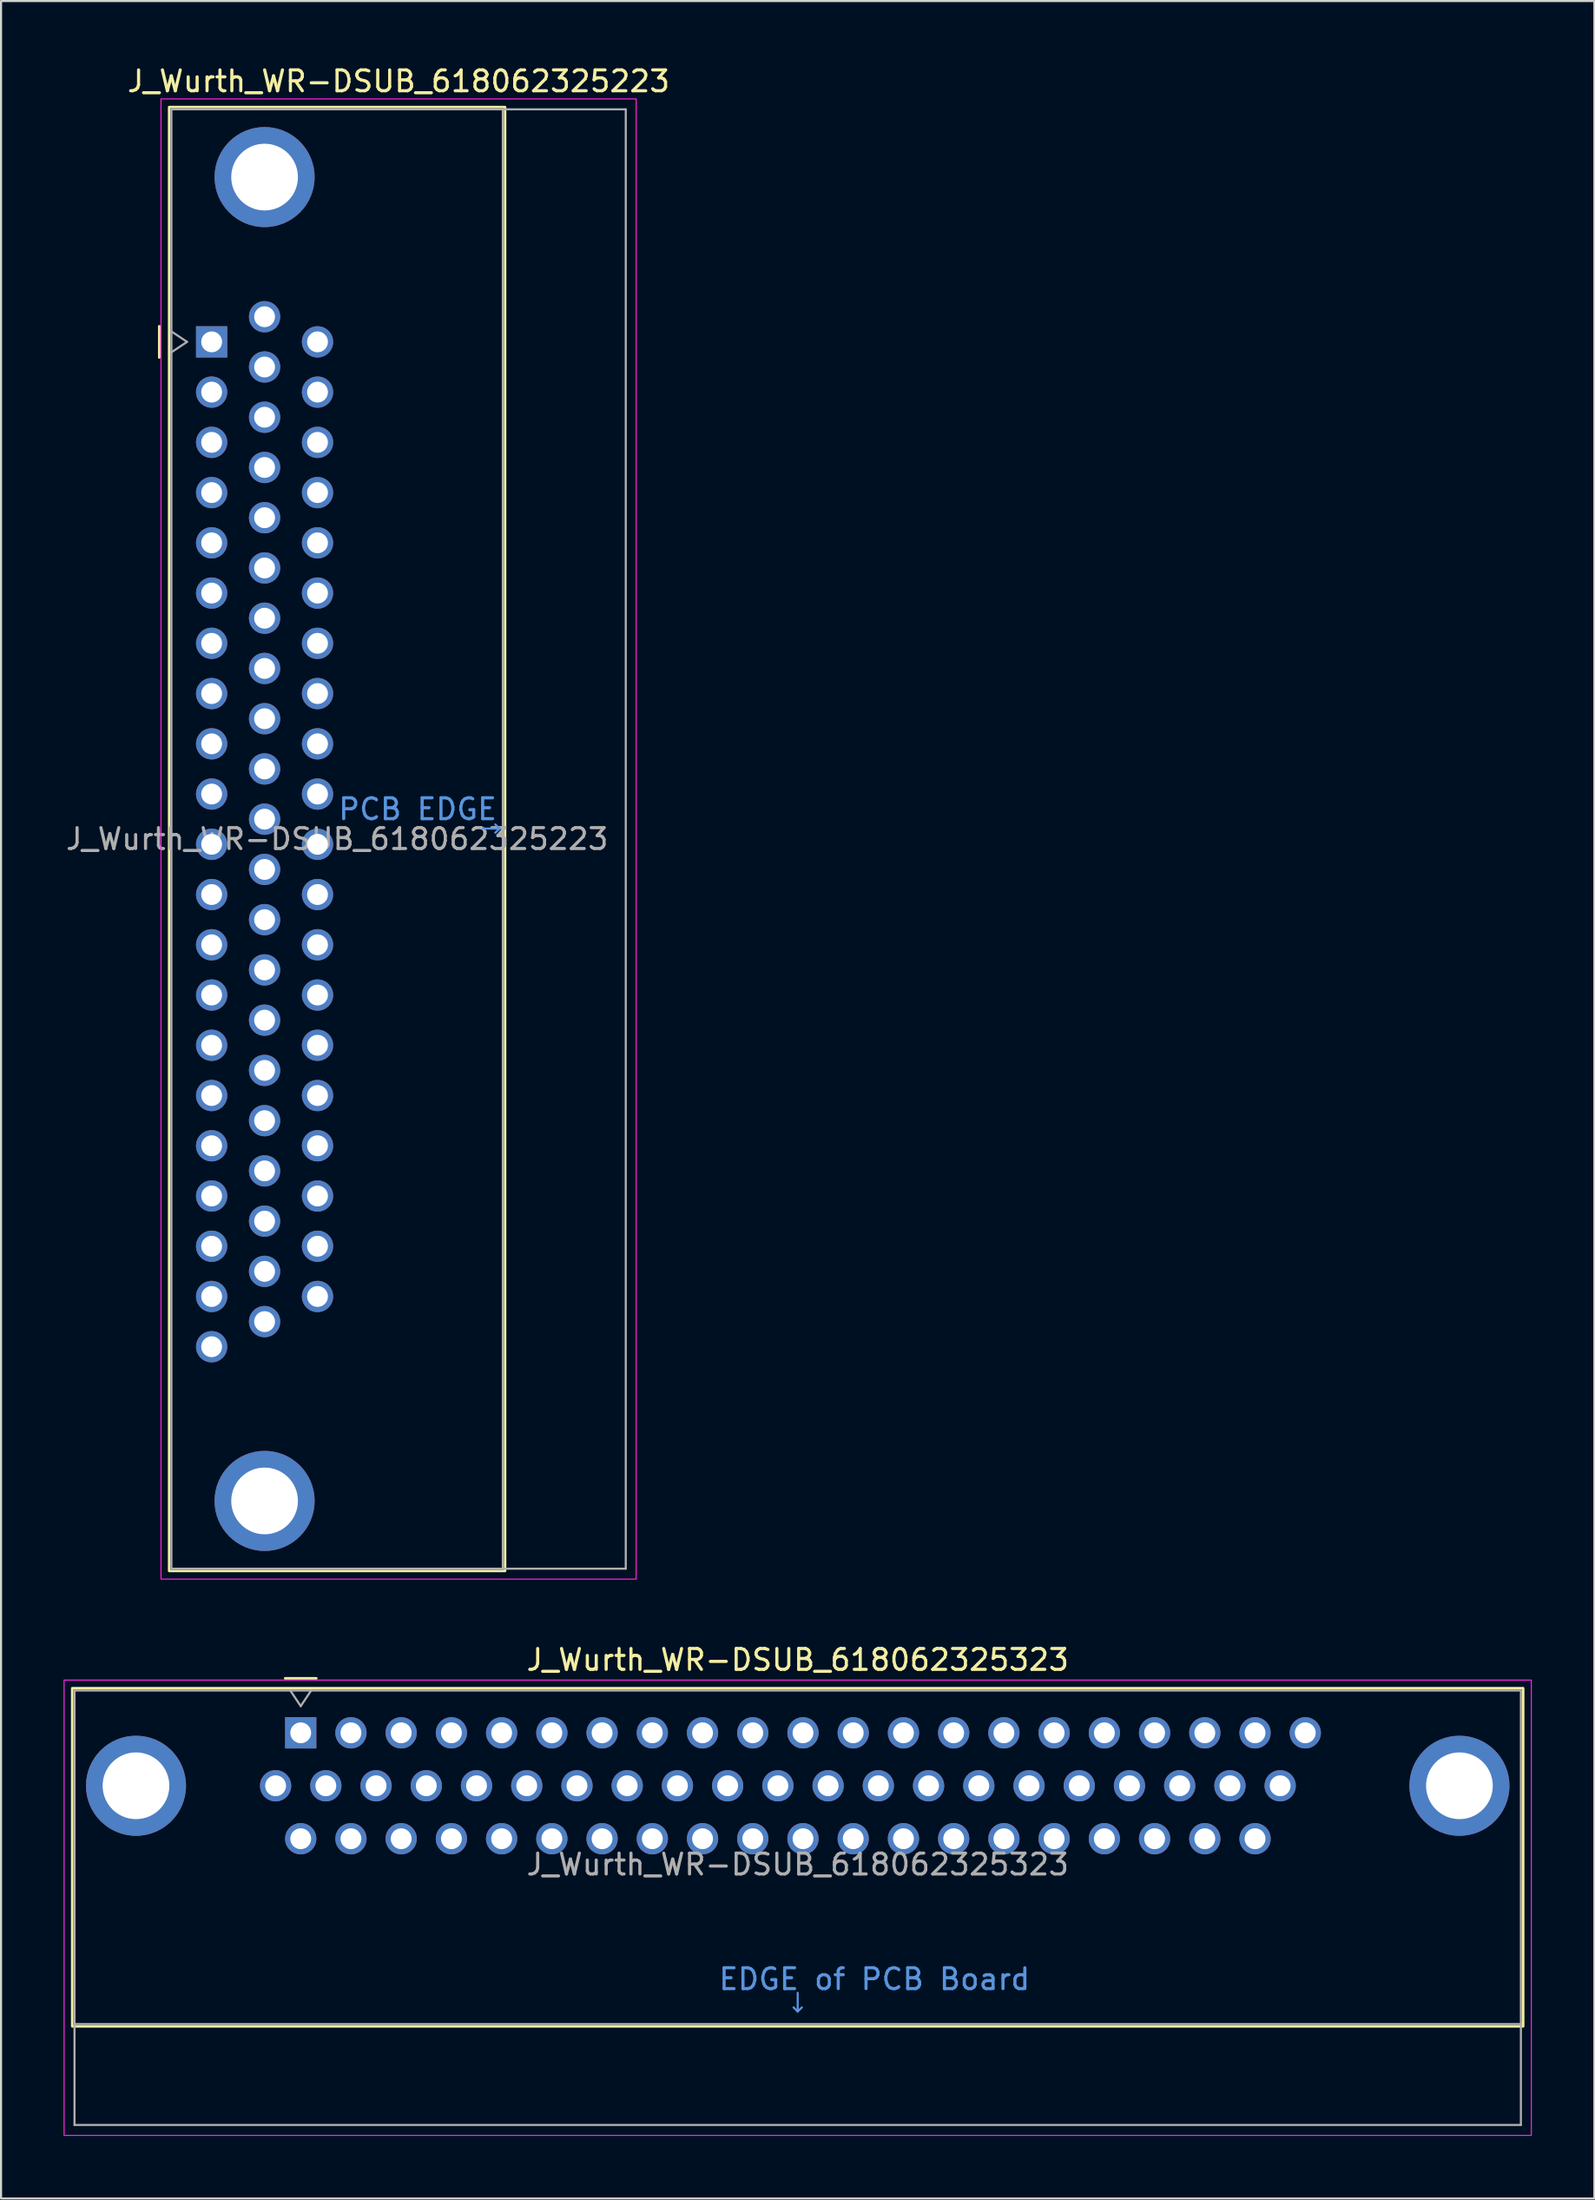
<source format=kicad_pcb>
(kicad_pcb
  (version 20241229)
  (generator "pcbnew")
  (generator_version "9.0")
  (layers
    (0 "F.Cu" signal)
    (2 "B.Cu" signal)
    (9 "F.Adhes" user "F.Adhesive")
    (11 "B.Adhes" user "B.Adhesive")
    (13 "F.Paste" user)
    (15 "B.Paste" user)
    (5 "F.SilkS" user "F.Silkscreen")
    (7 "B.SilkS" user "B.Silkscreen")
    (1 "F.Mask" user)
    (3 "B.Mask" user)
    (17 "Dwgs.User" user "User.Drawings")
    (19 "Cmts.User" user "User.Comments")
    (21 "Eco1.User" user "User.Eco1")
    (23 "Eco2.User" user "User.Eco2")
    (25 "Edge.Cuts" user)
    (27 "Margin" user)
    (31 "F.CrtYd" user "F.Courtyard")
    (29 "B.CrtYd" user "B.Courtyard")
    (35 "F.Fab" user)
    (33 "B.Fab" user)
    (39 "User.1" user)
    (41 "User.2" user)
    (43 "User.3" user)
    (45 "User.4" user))
  (footprint "J_Wurth_WR-DSUB_618062325323"
    (layer "F.Cu")
    (at 11.379 80.067)
    (property "Reference" "J_Wurth_WR-DSUB_618062325323" (at 23.846 -3.5 0) (unlocked yes) (layer "F.SilkS") (effects (font (size 1 1) (thickness 0.15))))
    (attr through_hole)
    (fp_line (start 0.75 -2.615) (end -0.75 -2.615) (stroke (width 0.12) (type solid)) (layer "F.SilkS"))
    (fp_rect (start -10.964 -2.14) (end 58.656 14.08) (stroke (width 0.12) (type solid)) (fill no) (layer "F.SilkS"))
    (fp_line (start 23.846 12.47) (end 23.846 13.37) (stroke (width 0.1) (type solid)) (layer "Cmts.User"))
    (fp_line (start 23.846 13.37) (end 23.646 13.17) (stroke (width 0.1) (type solid)) (layer "Cmts.User"))
    (fp_line (start 23.846 13.37) (end 24.046 13.17) (stroke (width 0.1) (type solid)) (layer "Cmts.User"))
    (fp_rect (start -11.354 -2.53) (end 59.046 19.31) (stroke (width 0.05) (type solid)) (fill no) (layer "F.CrtYd"))
    (fp_line (start -10.854 18.81) (end -10.854 13.97) (stroke (width 0.1) (type solid)) (layer "F.Fab"))
    (fp_line (start 0 -1.28) (end -0.5 -2.03) (stroke (width 0.1) (type solid)) (layer "F.Fab"))
    (fp_line (start 0 -1.28) (end 0.5 -2.03) (stroke (width 0.1) (type solid)) (layer "F.Fab"))
    (fp_line (start 58.546 13.97) (end 58.546 18.81) (stroke (width 0.1) (type solid)) (layer "F.Fab"))
    (fp_line (start 58.546 18.81) (end -10.854 18.81) (stroke (width 0.1) (type solid)) (layer "F.Fab"))
    (fp_rect (start -10.854 -2.03) (end 58.546 13.97) (stroke (width 0.1) (type solid)) (fill no) (layer "F.Fab"))
    (fp_text user " EDGE of PCB Board" (at 19.216 12.4 0) (unlocked yes) (layer "Cmts.User") (effects (font (size 1 1) (thickness 0.15)) (justify left bottom)))
    (fp_text user "${REFERENCE}" (at 23.846 6.315 0) (unlocked yes) (layer "F.Fab") (effects (font (size 1 1) (thickness 0.15))))
    (pad "1" thru_hole rect (at 0 0) (size 1.5 1.5) (drill 1) (layers "*.Cu" "*.Mask"))
    (pad "2" thru_hole circle (at 2.41 0) (size 1.5 1.5) (drill 1) (layers "*.Cu" "*.Mask"))
    (pad "3" thru_hole circle (at 4.82 0) (size 1.5 1.5) (drill 1) (layers "*.Cu" "*.Mask"))
    (pad "4" thru_hole circle (at 7.23 0) (size 1.5 1.5) (drill 1) (layers "*.Cu" "*.Mask"))
    (pad "5" thru_hole circle (at 9.64 0) (size 1.5 1.5) (drill 1) (layers "*.Cu" "*.Mask"))
    (pad "6" thru_hole circle (at 12.05 0) (size 1.5 1.5) (drill 1) (layers "*.Cu" "*.Mask"))
    (pad "7" thru_hole circle (at 14.46 0) (size 1.5 1.5) (drill 1) (layers "*.Cu" "*.Mask"))
    (pad "8" thru_hole circle (at 16.87 0) (size 1.5 1.5) (drill 1) (layers "*.Cu" "*.Mask"))
    (pad "9" thru_hole circle (at 19.28 0) (size 1.5 1.5) (drill 1) (layers "*.Cu" "*.Mask"))
    (pad "10" thru_hole circle (at 21.69 0) (size 1.5 1.5) (drill 1) (layers "*.Cu" "*.Mask"))
    (pad "11" thru_hole circle (at 24.1 0) (size 1.5 1.5) (drill 1) (layers "*.Cu" "*.Mask"))
    (pad "12" thru_hole circle (at 26.51 0) (size 1.5 1.5) (drill 1) (layers "*.Cu" "*.Mask"))
    (pad "13" thru_hole circle (at 28.92 0) (size 1.5 1.5) (drill 1) (layers "*.Cu" "*.Mask"))
    (pad "14" thru_hole circle (at 31.33 0) (size 1.5 1.5) (drill 1) (layers "*.Cu" "*.Mask"))
    (pad "15" thru_hole circle (at 33.74 0) (size 1.5 1.5) (drill 1) (layers "*.Cu" "*.Mask"))
    (pad "16" thru_hole circle (at 36.15 0) (size 1.5 1.5) (drill 1) (layers "*.Cu" "*.Mask"))
    (pad "17" thru_hole circle (at 38.56 0) (size 1.5 1.5) (drill 1) (layers "*.Cu" "*.Mask"))
    (pad "18" thru_hole circle (at 40.97 0) (size 1.5 1.5) (drill 1) (layers "*.Cu" "*.Mask"))
    (pad "19" thru_hole circle (at 43.38 0) (size 1.5 1.5) (drill 1) (layers "*.Cu" "*.Mask"))
    (pad "20" thru_hole circle (at 45.79 0) (size 1.5 1.5) (drill 1) (layers "*.Cu" "*.Mask"))
    (pad "21" thru_hole circle (at 48.2 0) (size 1.5 1.5) (drill 1) (layers "*.Cu" "*.Mask"))
    (pad "22" thru_hole circle (at -1.205 2.54) (size 1.5 1.5) (drill 1) (layers "*.Cu" "*.Mask"))
    (pad "23" thru_hole circle (at 1.205 2.54) (size 1.5 1.5) (drill 1) (layers "*.Cu" "*.Mask"))
    (pad "24" thru_hole circle (at 3.615 2.54) (size 1.5 1.5) (drill 1) (layers "*.Cu" "*.Mask"))
    (pad "25" thru_hole circle (at 6.025 2.54) (size 1.5 1.5) (drill 1) (layers "*.Cu" "*.Mask"))
    (pad "26" thru_hole circle (at 8.435 2.54) (size 1.5 1.5) (drill 1) (layers "*.Cu" "*.Mask"))
    (pad "27" thru_hole circle (at 10.845 2.54) (size 1.5 1.5) (drill 1) (layers "*.Cu" "*.Mask"))
    (pad "28" thru_hole circle (at 13.255 2.54) (size 1.5 1.5) (drill 1) (layers "*.Cu" "*.Mask"))
    (pad "29" thru_hole circle (at 15.665 2.54) (size 1.5 1.5) (drill 1) (layers "*.Cu" "*.Mask"))
    (pad "30" thru_hole circle (at 18.075 2.54) (size 1.5 1.5) (drill 1) (layers "*.Cu" "*.Mask"))
    (pad "31" thru_hole circle (at 20.485 2.54) (size 1.5 1.5) (drill 1) (layers "*.Cu" "*.Mask"))
    (pad "32" thru_hole circle (at 22.895 2.54) (size 1.5 1.5) (drill 1) (layers "*.Cu" "*.Mask"))
    (pad "33" thru_hole circle (at 25.305 2.54) (size 1.5 1.5) (drill 1) (layers "*.Cu" "*.Mask"))
    (pad "34" thru_hole circle (at 27.715 2.54) (size 1.5 1.5) (drill 1) (layers "*.Cu" "*.Mask"))
    (pad "35" thru_hole circle (at 30.125 2.54) (size 1.5 1.5) (drill 1) (layers "*.Cu" "*.Mask"))
    (pad "36" thru_hole circle (at 32.535 2.54) (size 1.5 1.5) (drill 1) (layers "*.Cu" "*.Mask"))
    (pad "37" thru_hole circle (at 34.945 2.54) (size 1.5 1.5) (drill 1) (layers "*.Cu" "*.Mask"))
    (pad "38" thru_hole circle (at 37.355 2.54) (size 1.5 1.5) (drill 1) (layers "*.Cu" "*.Mask"))
    (pad "39" thru_hole circle (at 39.765 2.54) (size 1.5 1.5) (drill 1) (layers "*.Cu" "*.Mask"))
    (pad "40" thru_hole circle (at 42.175 2.54) (size 1.5 1.5) (drill 1) (layers "*.Cu" "*.Mask"))
    (pad "41" thru_hole circle (at 44.585 2.54) (size 1.5 1.5) (drill 1) (layers "*.Cu" "*.Mask"))
    (pad "42" thru_hole circle (at 46.995 2.54) (size 1.5 1.5) (drill 1) (layers "*.Cu" "*.Mask"))
    (pad "43" thru_hole circle (at 0 5.08) (size 1.5 1.5) (drill 1) (layers "*.Cu" "*.Mask"))
    (pad "44" thru_hole circle (at 2.41 5.08) (size 1.5 1.5) (drill 1) (layers "*.Cu" "*.Mask"))
    (pad "45" thru_hole circle (at 4.82 5.08) (size 1.5 1.5) (drill 1) (layers "*.Cu" "*.Mask"))
    (pad "46" thru_hole circle (at 7.23 5.08) (size 1.5 1.5) (drill 1) (layers "*.Cu" "*.Mask"))
    (pad "47" thru_hole circle (at 9.64 5.08) (size 1.5 1.5) (drill 1) (layers "*.Cu" "*.Mask"))
    (pad "48" thru_hole circle (at 12.05 5.08) (size 1.5 1.5) (drill 1) (layers "*.Cu" "*.Mask"))
    (pad "49" thru_hole circle (at 14.46 5.08) (size 1.5 1.5) (drill 1) (layers "*.Cu" "*.Mask"))
    (pad "50" thru_hole circle (at 16.87 5.08) (size 1.5 1.5) (drill 1) (layers "*.Cu" "*.Mask"))
    (pad "51" thru_hole circle (at 19.28 5.08) (size 1.5 1.5) (drill 1) (layers "*.Cu" "*.Mask"))
    (pad "52" thru_hole circle (at 21.69 5.08) (size 1.5 1.5) (drill 1) (layers "*.Cu" "*.Mask"))
    (pad "53" thru_hole circle (at 24.1 5.08) (size 1.5 1.5) (drill 1) (layers "*.Cu" "*.Mask"))
    (pad "54" thru_hole circle (at 26.51 5.08) (size 1.5 1.5) (drill 1) (layers "*.Cu" "*.Mask"))
    (pad "55" thru_hole circle (at 28.92 5.08) (size 1.5 1.5) (drill 1) (layers "*.Cu" "*.Mask"))
    (pad "56" thru_hole circle (at 31.33 5.08) (size 1.5 1.5) (drill 1) (layers "*.Cu" "*.Mask"))
    (pad "57" thru_hole circle (at 33.74 5.08) (size 1.5 1.5) (drill 1) (layers "*.Cu" "*.Mask"))
    (pad "58" thru_hole circle (at 36.15 5.08) (size 1.5 1.5) (drill 1) (layers "*.Cu" "*.Mask"))
    (pad "59" thru_hole circle (at 38.56 5.08) (size 1.5 1.5) (drill 1) (layers "*.Cu" "*.Mask"))
    (pad "60" thru_hole circle (at 40.97 5.08) (size 1.5 1.5) (drill 1) (layers "*.Cu" "*.Mask"))
    (pad "61" thru_hole circle (at 43.38 5.08) (size 1.5 1.5) (drill 1) (layers "*.Cu" "*.Mask"))
    (pad "62" thru_hole circle (at 45.79 5.08) (size 1.5 1.5) (drill 1) (layers "*.Cu" "*.Mask"))
    (pad "S1" thru_hole circle (at -7.904 2.54) (size 4.8 4.8) (drill 3.2) (layers "*.Cu" "*.Mask"))
    (pad "S2" thru_hole circle (at 55.596 2.54) (size 4.8 4.8) (drill 3.2) (layers "*.Cu" "*.Mask")))
  (footprint "J_Wurth_WR-DSUB_618062325223"
    (layer "F.Cu")
    (at 7.105 13.348)
    (property "Reference" "J_Wurth_WR-DSUB_618062325223" (at 8.97 -12.5 0) (unlocked yes) (layer "F.SilkS") (effects (font (size 1 1) (thickness 0.15))))
    (attr through_hole)
    (fp_line (start -2.515 -0.75) (end -2.515 0.75) (stroke (width 0.12) (type solid)) (layer "F.SilkS"))
    (fp_rect (start -2.04 -11.264) (end 14.08 58.956) (stroke (width 0.12) (type solid)) (fill no) (layer "F.SilkS"))
    (fp_line (start 13.01 23.346) (end 13.81 23.346) (stroke (width 0.1) (type solid)) (layer "Cmts.User"))
    (fp_line (start 13.81 23.346) (end 13.61 23.146) (stroke (width 0.1) (type solid)) (layer "Cmts.User"))
    (fp_line (start 13.81 23.346) (end 13.61 23.546) (stroke (width 0.1) (type solid)) (layer "Cmts.User"))
    (fp_rect (start -2.43 -11.654) (end 20.37 59.346) (stroke (width 0.05) (type solid)) (fill no) (layer "F.CrtYd"))
    (fp_line (start -1.18 0) (end -1.93 -0.5) (stroke (width 0.1) (type solid)) (layer "F.Fab"))
    (fp_line (start -1.18 0) (end -1.93 0.5) (stroke (width 0.1) (type solid)) (layer "F.Fab"))
    (fp_line (start 13.97 -11.154) (end 19.87 -11.154) (stroke (width 0.1) (type solid)) (layer "F.Fab"))
    (fp_line (start 19.87 -11.154) (end 19.87 58.846) (stroke (width 0.1) (type solid)) (layer "F.Fab"))
    (fp_line (start 19.87 58.846) (end 13.97 58.846) (stroke (width 0.1) (type solid)) (layer "F.Fab"))
    (fp_rect (start -1.93 -11.154) (end 13.97 58.846) (stroke (width 0.1) (type solid)) (fill no) (layer "F.Fab"))
    (fp_text user "PCB EDGE" (at 6 23 0) (unlocked yes) (layer "Cmts.User") (effects (font (size 1 1) (thickness 0.15)) (justify left bottom)))
    (fp_text user "${REFERENCE}" (at 6.02 23.846 0) (unlocked yes) (layer "F.Fab") (effects (font (size 1 1) (thickness 0.15))))
    (pad "1" thru_hole rect (at 0 0 270) (size 1.5 1.5) (drill 1) (layers "*.Cu" "*.Mask"))
    (pad "2" thru_hole circle (at 0 2.41 270) (size 1.5 1.5) (drill 1) (layers "*.Cu" "*.Mask"))
    (pad "3" thru_hole circle (at 0 4.82 270) (size 1.5 1.5) (drill 1) (layers "*.Cu" "*.Mask"))
    (pad "4" thru_hole circle (at 0 7.23 270) (size 1.5 1.5) (drill 1) (layers "*.Cu" "*.Mask"))
    (pad "5" thru_hole circle (at 0 9.64 270) (size 1.5 1.5) (drill 1) (layers "*.Cu" "*.Mask"))
    (pad "6" thru_hole circle (at 0 12.05 270) (size 1.5 1.5) (drill 1) (layers "*.Cu" "*.Mask"))
    (pad "7" thru_hole circle (at 0 14.46 270) (size 1.5 1.5) (drill 1) (layers "*.Cu" "*.Mask"))
    (pad "8" thru_hole circle (at 0 16.87 270) (size 1.5 1.5) (drill 1) (layers "*.Cu" "*.Mask"))
    (pad "9" thru_hole circle (at 0 19.28 270) (size 1.5 1.5) (drill 1) (layers "*.Cu" "*.Mask"))
    (pad "10" thru_hole circle (at 0 21.69 270) (size 1.5 1.5) (drill 1) (layers "*.Cu" "*.Mask"))
    (pad "11" thru_hole circle (at 0 24.1 270) (size 1.5 1.5) (drill 1) (layers "*.Cu" "*.Mask"))
    (pad "12" thru_hole circle (at 0 26.51 270) (size 1.5 1.5) (drill 1) (layers "*.Cu" "*.Mask"))
    (pad "13" thru_hole circle (at 0 28.92 270) (size 1.5 1.5) (drill 1) (layers "*.Cu" "*.Mask"))
    (pad "14" thru_hole circle (at 0 31.33 270) (size 1.5 1.5) (drill 1) (layers "*.Cu" "*.Mask"))
    (pad "15" thru_hole circle (at 0 33.74 270) (size 1.5 1.5) (drill 1) (layers "*.Cu" "*.Mask"))
    (pad "16" thru_hole circle (at 0 36.15 270) (size 1.5 1.5) (drill 1) (layers "*.Cu" "*.Mask"))
    (pad "17" thru_hole circle (at 0 38.56 270) (size 1.5 1.5) (drill 1) (layers "*.Cu" "*.Mask"))
    (pad "18" thru_hole circle (at 0 40.97 270) (size 1.5 1.5) (drill 1) (layers "*.Cu" "*.Mask"))
    (pad "19" thru_hole circle (at 0 43.38 270) (size 1.5 1.5) (drill 1) (layers "*.Cu" "*.Mask"))
    (pad "20" thru_hole circle (at 0 45.79 270) (size 1.5 1.5) (drill 1) (layers "*.Cu" "*.Mask"))
    (pad "21" thru_hole circle (at 0 48.2 270) (size 1.5 1.5) (drill 1) (layers "*.Cu" "*.Mask"))
    (pad "22" thru_hole circle (at 2.54 -1.205 270) (size 1.5 1.5) (drill 1) (layers "*.Cu" "*.Mask"))
    (pad "23" thru_hole circle (at 2.54 1.205 270) (size 1.5 1.5) (drill 1) (layers "*.Cu" "*.Mask"))
    (pad "24" thru_hole circle (at 2.54 3.615 270) (size 1.5 1.5) (drill 1) (layers "*.Cu" "*.Mask"))
    (pad "25" thru_hole circle (at 2.54 6.025 270) (size 1.5 1.5) (drill 1) (layers "*.Cu" "*.Mask"))
    (pad "26" thru_hole circle (at 2.54 8.435 270) (size 1.5 1.5) (drill 1) (layers "*.Cu" "*.Mask"))
    (pad "27" thru_hole circle (at 2.54 10.845 270) (size 1.5 1.5) (drill 1) (layers "*.Cu" "*.Mask"))
    (pad "28" thru_hole circle (at 2.54 13.255 270) (size 1.5 1.5) (drill 1) (layers "*.Cu" "*.Mask"))
    (pad "29" thru_hole circle (at 2.54 15.665 270) (size 1.5 1.5) (drill 1) (layers "*.Cu" "*.Mask"))
    (pad "30" thru_hole circle (at 2.54 18.075 270) (size 1.5 1.5) (drill 1) (layers "*.Cu" "*.Mask"))
    (pad "31" thru_hole circle (at 2.54 20.485 270) (size 1.5 1.5) (drill 1) (layers "*.Cu" "*.Mask"))
    (pad "32" thru_hole circle (at 2.54 22.895 270) (size 1.5 1.5) (drill 1) (layers "*.Cu" "*.Mask"))
    (pad "33" thru_hole circle (at 2.54 25.305 270) (size 1.5 1.5) (drill 1) (layers "*.Cu" "*.Mask"))
    (pad "34" thru_hole circle (at 2.54 27.715 270) (size 1.5 1.5) (drill 1) (layers "*.Cu" "*.Mask"))
    (pad "35" thru_hole circle (at 2.54 30.125 270) (size 1.5 1.5) (drill 1) (layers "*.Cu" "*.Mask"))
    (pad "36" thru_hole circle (at 2.54 32.535 270) (size 1.5 1.5) (drill 1) (layers "*.Cu" "*.Mask"))
    (pad "37" thru_hole circle (at 2.54 34.945 270) (size 1.5 1.5) (drill 1) (layers "*.Cu" "*.Mask"))
    (pad "38" thru_hole circle (at 2.54 37.355 270) (size 1.5 1.5) (drill 1) (layers "*.Cu" "*.Mask"))
    (pad "39" thru_hole circle (at 2.54 39.765 270) (size 1.5 1.5) (drill 1) (layers "*.Cu" "*.Mask"))
    (pad "40" thru_hole circle (at 2.54 42.175 270) (size 1.5 1.5) (drill 1) (layers "*.Cu" "*.Mask"))
    (pad "41" thru_hole circle (at 2.54 44.585 270) (size 1.5 1.5) (drill 1) (layers "*.Cu" "*.Mask"))
    (pad "42" thru_hole circle (at 2.54 46.995 270) (size 1.5 1.5) (drill 1) (layers "*.Cu" "*.Mask"))
    (pad "43" thru_hole circle (at 5.08 0 270) (size 1.5 1.5) (drill 1) (layers "*.Cu" "*.Mask"))
    (pad "44" thru_hole circle (at 5.08 2.41 270) (size 1.5 1.5) (drill 1) (layers "*.Cu" "*.Mask"))
    (pad "45" thru_hole circle (at 5.08 4.82 270) (size 1.5 1.5) (drill 1) (layers "*.Cu" "*.Mask"))
    (pad "46" thru_hole circle (at 5.08 7.23 270) (size 1.5 1.5) (drill 1) (layers "*.Cu" "*.Mask"))
    (pad "47" thru_hole circle (at 5.08 9.64 270) (size 1.5 1.5) (drill 1) (layers "*.Cu" "*.Mask"))
    (pad "48" thru_hole circle (at 5.08 12.05 270) (size 1.5 1.5) (drill 1) (layers "*.Cu" "*.Mask"))
    (pad "49" thru_hole circle (at 5.08 14.46 270) (size 1.5 1.5) (drill 1) (layers "*.Cu" "*.Mask"))
    (pad "50" thru_hole circle (at 5.08 16.87 270) (size 1.5 1.5) (drill 1) (layers "*.Cu" "*.Mask"))
    (pad "51" thru_hole circle (at 5.08 19.28 270) (size 1.5 1.5) (drill 1) (layers "*.Cu" "*.Mask"))
    (pad "52" thru_hole circle (at 5.08 21.69 270) (size 1.5 1.5) (drill 1) (layers "*.Cu" "*.Mask"))
    (pad "53" thru_hole circle (at 5.08 24.1 270) (size 1.5 1.5) (drill 1) (layers "*.Cu" "*.Mask"))
    (pad "54" thru_hole circle (at 5.08 26.51 270) (size 1.5 1.5) (drill 1) (layers "*.Cu" "*.Mask"))
    (pad "55" thru_hole circle (at 5.08 28.92 270) (size 1.5 1.5) (drill 1) (layers "*.Cu" "*.Mask"))
    (pad "56" thru_hole circle (at 5.08 31.33 270) (size 1.5 1.5) (drill 1) (layers "*.Cu" "*.Mask"))
    (pad "57" thru_hole circle (at 5.08 33.74 270) (size 1.5 1.5) (drill 1) (layers "*.Cu" "*.Mask"))
    (pad "58" thru_hole circle (at 5.08 36.15 270) (size 1.5 1.5) (drill 1) (layers "*.Cu" "*.Mask"))
    (pad "59" thru_hole circle (at 5.08 38.56 270) (size 1.5 1.5) (drill 1) (layers "*.Cu" "*.Mask"))
    (pad "60" thru_hole circle (at 5.08 40.97 270) (size 1.5 1.5) (drill 1) (layers "*.Cu" "*.Mask"))
    (pad "61" thru_hole circle (at 5.08 43.38 270) (size 1.5 1.5) (drill 1) (layers "*.Cu" "*.Mask"))
    (pad "62" thru_hole circle (at 5.08 45.79 270) (size 1.5 1.5) (drill 1) (layers "*.Cu" "*.Mask"))
    (pad "S1" thru_hole circle (at 2.54 55.596 90) (size 4.8 4.8) (drill 3.2) (layers "*.Cu" "*.Mask"))
    (pad "S2" thru_hole circle (at 2.54 -7.904 90) (size 4.8 4.8) (drill 3.2) (layers "*.Cu" "*.Mask")))
  (gr_rect
    (start -3 -3)
    (end 73.45 102.403)
    (stroke (width 0.1) (type default))
    (fill no)
    (layer "Edge.Cuts")))
</source>
